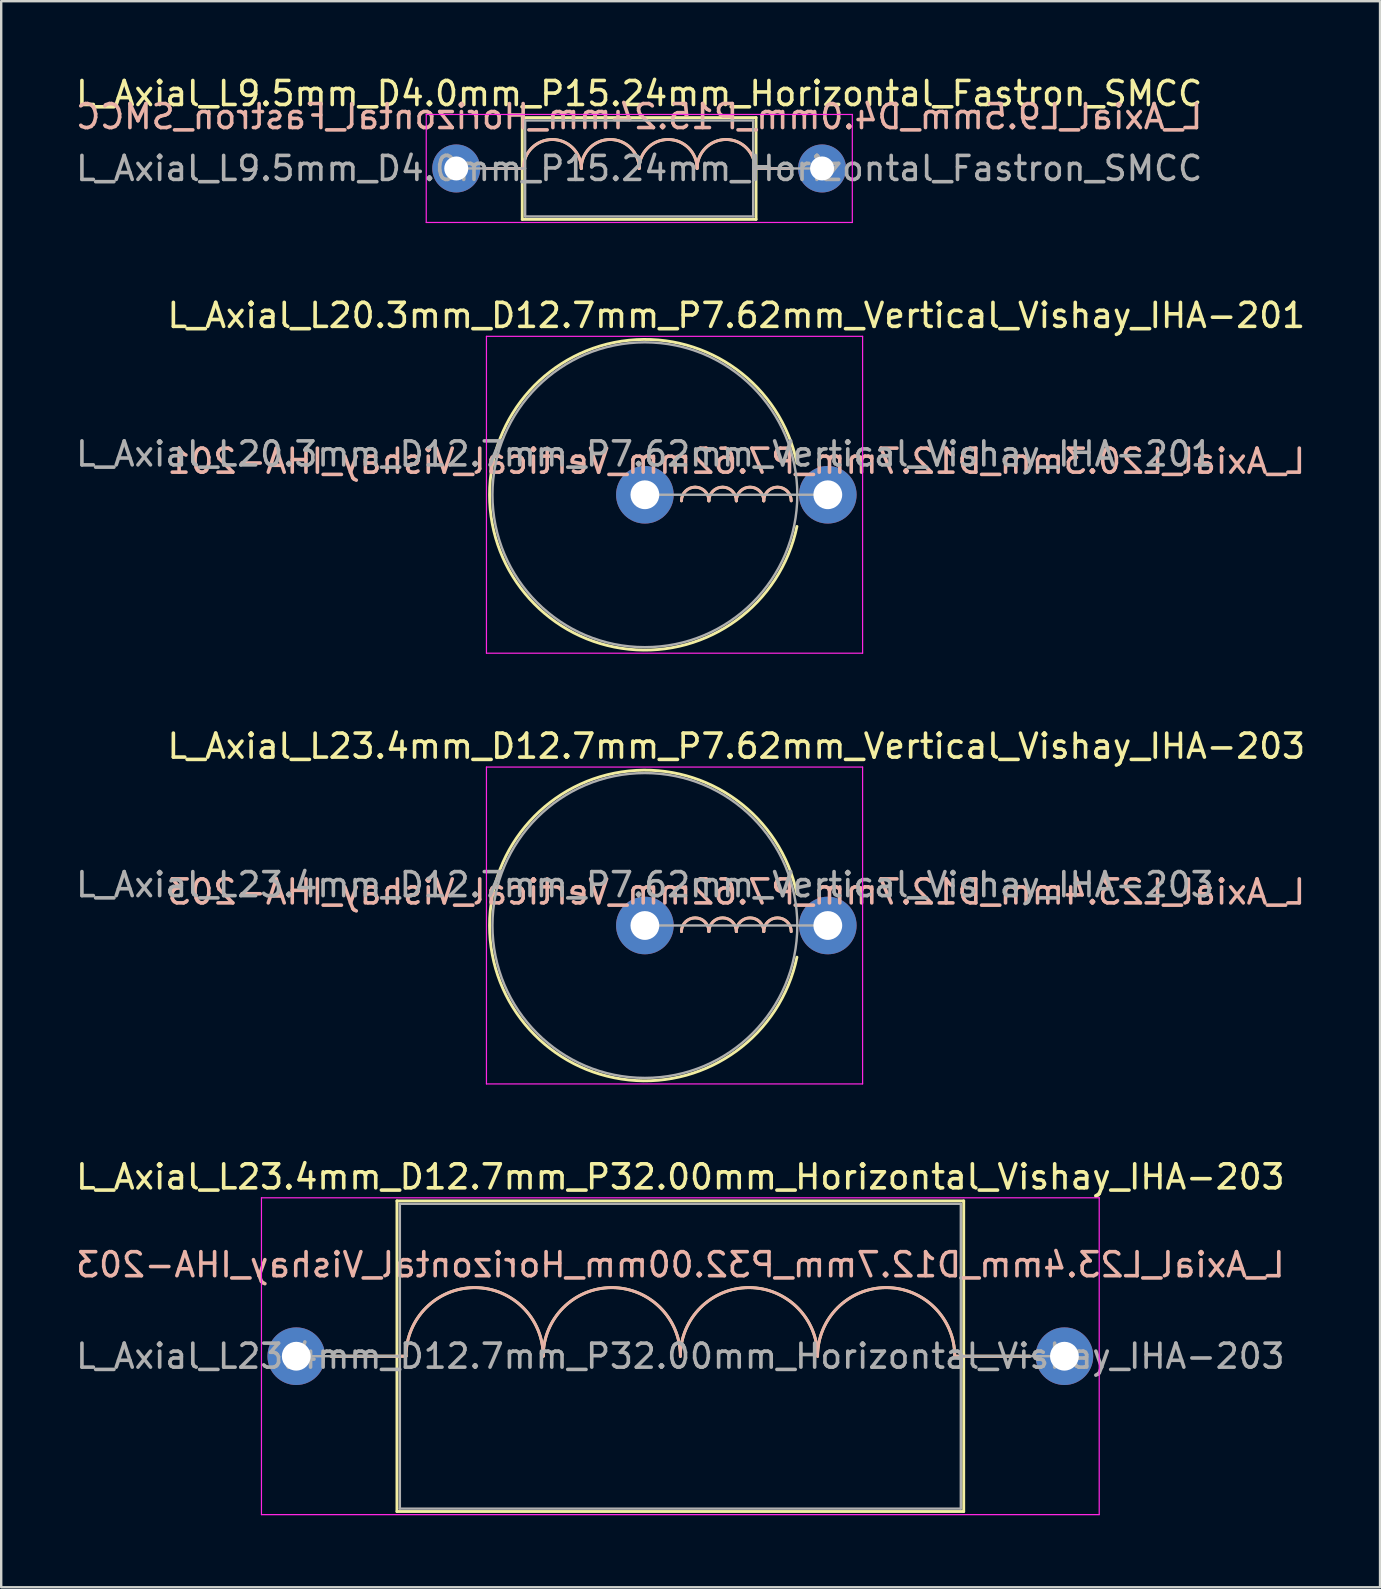
<source format=kicad_pcb>
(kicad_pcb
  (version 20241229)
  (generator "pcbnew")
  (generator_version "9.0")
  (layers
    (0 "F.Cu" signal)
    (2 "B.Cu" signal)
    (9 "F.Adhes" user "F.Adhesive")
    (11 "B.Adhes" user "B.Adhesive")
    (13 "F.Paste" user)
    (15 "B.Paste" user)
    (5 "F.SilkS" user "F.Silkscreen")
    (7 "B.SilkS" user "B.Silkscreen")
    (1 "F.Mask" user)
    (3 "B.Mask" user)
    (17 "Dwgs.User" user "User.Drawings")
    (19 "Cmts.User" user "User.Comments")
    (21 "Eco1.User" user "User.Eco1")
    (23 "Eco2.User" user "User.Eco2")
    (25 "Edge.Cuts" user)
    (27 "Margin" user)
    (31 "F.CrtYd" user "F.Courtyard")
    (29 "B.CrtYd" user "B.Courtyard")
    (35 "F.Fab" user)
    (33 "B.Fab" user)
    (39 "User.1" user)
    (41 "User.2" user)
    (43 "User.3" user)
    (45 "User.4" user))
  (footprint "L_Axial_L9.5mm_D4.0mm_P15.24mm_Horizontal_Fastron_SMCC"
    (layer "F.Cu")
    (at 15.957 3.968)
    (property "Reference" "L_Axial_L9.5mm_D4.0mm_P15.24mm_Horizontal_Fastron_SMCC" (at 7.62 -3.12 0) (layer "F.SilkS") (effects (font (size 1 1) (thickness 0.15))))
    (fp_line (start 1.24 0) (end 2.75 0) (stroke (width 0.12) (type solid)) (layer "F.SilkS"))
    (fp_line (start 2.75 -2.12) (end 2.75 2.12) (stroke (width 0.12) (type solid)) (layer "F.SilkS"))
    (fp_line (start 2.75 2.12) (end 12.49 2.12) (stroke (width 0.12) (type solid)) (layer "F.SilkS"))
    (fp_line (start 12.446 0) (end 12.49 0) (stroke (width 0.12) (type solid)) (layer "F.SilkS"))
    (fp_line (start 12.49 -2.12) (end 2.75 -2.12) (stroke (width 0.12) (type solid)) (layer "F.SilkS"))
    (fp_line (start 12.49 2.12) (end 12.49 -2.12) (stroke (width 0.12) (type solid)) (layer "F.SilkS"))
    (fp_line (start 14 0) (end 12.49 0) (stroke (width 0.12) (type solid)) (layer "F.SilkS"))
    (fp_arc (start 2.794 0) (mid 4.0005 -1.2065) (end 5.207 0) (stroke (width 0.12) (type solid)) (layer "F.SilkS"))
    (fp_arc (start 5.207 0) (mid 6.4135 -1.2065) (end 7.62 0) (stroke (width 0.12) (type solid)) (layer "F.SilkS"))
    (fp_arc (start 7.62 0) (mid 8.8265 -1.2065) (end 10.033 0) (stroke (width 0.12) (type solid)) (layer "F.SilkS"))
    (fp_arc (start 10.033 0) (mid 11.2395 -1.2065) (end 12.446 0) (stroke (width 0.12) (type solid)) (layer "F.SilkS"))
    (fp_line (start 1.24 0) (end 2.75 0) (stroke (width 0.12) (type solid)) (layer "B.SilkS"))
    (fp_line (start 2.794 0) (end 2.75 0) (stroke (width 0.12) (type solid)) (layer "B.SilkS"))
    (fp_line (start 14 0) (end 12.49 0) (stroke (width 0.12) (type solid)) (layer "B.SilkS"))
    (fp_arc (start 2.794 0) (mid 4.0005 -1.2065) (end 5.207 0) (stroke (width 0.12) (type solid)) (layer "B.SilkS"))
    (fp_arc (start 5.207 0) (mid 6.4135 -1.2065) (end 7.62 0) (stroke (width 0.12) (type solid)) (layer "B.SilkS"))
    (fp_arc (start 7.62 0) (mid 8.8265 -1.2065) (end 10.033 0) (stroke (width 0.12) (type solid)) (layer "B.SilkS"))
    (fp_arc (start 10.033 0) (mid 11.2395 -1.2065) (end 12.446 0) (stroke (width 0.12) (type solid)) (layer "B.SilkS"))
    (fp_line (start -1.25 -2.25) (end -1.25 2.25) (stroke (width 0.05) (type solid)) (layer "F.CrtYd"))
    (fp_line (start -1.25 2.25) (end 16.5 2.25) (stroke (width 0.05) (type solid)) (layer "F.CrtYd"))
    (fp_line (start 16.5 -2.25) (end -1.25 -2.25) (stroke (width 0.05) (type solid)) (layer "F.CrtYd"))
    (fp_line (start 16.5 2.25) (end 16.5 -2.25) (stroke (width 0.05) (type solid)) (layer "F.CrtYd"))
    (fp_line (start 0 0) (end 2.87 0) (stroke (width 0.1) (type solid)) (layer "F.Fab"))
    (fp_line (start 2.87 -2) (end 2.87 2) (stroke (width 0.1) (type solid)) (layer "F.Fab"))
    (fp_line (start 2.87 2) (end 12.37 2) (stroke (width 0.1) (type solid)) (layer "F.Fab"))
    (fp_line (start 12.37 -2) (end 2.87 -2) (stroke (width 0.1) (type solid)) (layer "F.Fab"))
    (fp_line (start 12.37 2) (end 12.37 -2) (stroke (width 0.1) (type solid)) (layer "F.Fab"))
    (fp_line (start 15.24 0) (end 12.37 0) (stroke (width 0.1) (type solid)) (layer "F.Fab"))
    (fp_text user "${REFERENCE}" (at 7.62 -2.159 0) (layer "B.SilkS") (effects (font (size 1 1) (thickness 0.15)) (justify mirror)))
    (fp_text user "${REFERENCE}" (at 7.62 0 0) (layer "F.Fab") (effects (font (size 1 1) (thickness 0.15))))
    (pad "1" thru_hole circle (at 0 0) (size 2 2) (drill 1) (layers "*.Cu" "*.Mask"))
    (pad "2" thru_hole oval (at 15.24 0) (size 2 2) (drill 1) (layers "*.Cu" "*.Mask")))
  (footprint "L_Axial_L23.4mm_D12.7mm_P7.62mm_Vertical_Vishay_IHA-203"
    (layer "F.Cu")
    (at 23.815 35.505)
    (property "Reference" "L_Axial_L23.4mm_D12.7mm_P7.62mm_Vertical_Vishay_IHA-203" (at 3.81 -7.47 0) (layer "F.SilkS") (effects (font (size 1 1) (thickness 0.15))))
    (fp_arc (start 1.524 0.254) (mid 2.0955 -0.3175) (end 2.667 0.254) (stroke (width 0.12) (type solid)) (layer "F.SilkS"))
    (fp_arc (start 2.667 0.254) (mid 3.2385 -0.3175) (end 3.81 0.254) (stroke (width 0.12) (type solid)) (layer "F.SilkS"))
    (fp_arc (start 3.81 0.254) (mid 4.3815 -0.3175) (end 4.953 0.254) (stroke (width 0.12) (type solid)) (layer "F.SilkS"))
    (fp_arc (start 4.953 0.254) (mid 5.5245 -0.3175) (end 6.096 0.254) (stroke (width 0.12) (type solid)) (layer "F.SilkS"))
    (fp_arc (start 6.333917 1.32) (mid -6.47 0) (end 6.333917 -1.32) (stroke (width 0.12) (type solid)) (layer "F.SilkS"))
    (fp_arc (start 1.524 0.254) (mid 2.0955 -0.3175) (end 2.667 0.254) (stroke (width 0.12) (type solid)) (layer "B.SilkS"))
    (fp_arc (start 2.667 0.254) (mid 3.2385 -0.3175) (end 3.81 0.254) (stroke (width 0.12) (type solid)) (layer "B.SilkS"))
    (fp_arc (start 3.81 0.254) (mid 4.3815 -0.3175) (end 4.953 0.254) (stroke (width 0.12) (type solid)) (layer "B.SilkS"))
    (fp_arc (start 4.953 0.254) (mid 5.5245 -0.3175) (end 6.096 0.254) (stroke (width 0.12) (type solid)) (layer "B.SilkS"))
    (fp_line (start -6.6 -6.6) (end -6.6 6.6) (stroke (width 0.05) (type solid)) (layer "F.CrtYd"))
    (fp_line (start -6.6 6.6) (end 9.07 6.6) (stroke (width 0.05) (type solid)) (layer "F.CrtYd"))
    (fp_line (start 9.07 -6.6) (end -6.6 -6.6) (stroke (width 0.05) (type solid)) (layer "F.CrtYd"))
    (fp_line (start 9.07 6.6) (end 9.07 -6.6) (stroke (width 0.05) (type solid)) (layer "F.CrtYd"))
    (fp_line (start 0 0) (end 7.62 0) (stroke (width 0.1) (type solid)) (layer "F.Fab"))
    (fp_circle (center 0 0) (end 6.35 0) (stroke (width 0.1) (type solid)) (fill no) (layer "F.Fab"))
    (fp_text user "${REFERENCE}" (at 3.81 -1.397 0) (layer "B.SilkS") (effects (font (size 1 1) (thickness 0.15)) (justify mirror)))
    (fp_text user "${REFERENCE}" (at 0 -1.7 0) (layer "F.Fab") (effects (font (size 1 1) (thickness 0.15))))
    (pad "1" thru_hole circle (at 0 0) (size 2.4 2.4) (drill 1.2) (layers "*.Cu" "*.Mask"))
    (pad "2" thru_hole oval (at 7.62 0) (size 2.4 2.4) (drill 1.2) (layers "*.Cu" "*.Mask")))
  (footprint "L_Axial_L23.4mm_D12.7mm_P32.00mm_Horizontal_Vishay_IHA-203"
    (layer "F.Cu")
    (at 9.292 53.448)
    (property "Reference" "L_Axial_L23.4mm_D12.7mm_P32.00mm_Horizontal_Vishay_IHA-203" (at 16 -7.47 0) (layer "F.SilkS") (effects (font (size 1 1) (thickness 0.15))))
    (fp_line (start 1.44 0) (end 4.195 0) (stroke (width 0.12) (type solid)) (layer "F.SilkS"))
    (fp_line (start 4.195 -6.47) (end 4.195 6.47) (stroke (width 0.12) (type solid)) (layer "F.SilkS"))
    (fp_line (start 4.195 6.47) (end 27.805 6.47) (stroke (width 0.12) (type solid)) (layer "F.SilkS"))
    (fp_line (start 4.572 0) (end 4.191 0) (stroke (width 0.12) (type solid)) (layer "F.SilkS"))
    (fp_line (start 27.432 0) (end 27.813 0) (stroke (width 0.12) (type solid)) (layer "F.SilkS"))
    (fp_line (start 27.805 -6.47) (end 4.195 -6.47) (stroke (width 0.12) (type solid)) (layer "F.SilkS"))
    (fp_line (start 27.805 6.47) (end 27.805 -6.47) (stroke (width 0.12) (type solid)) (layer "F.SilkS"))
    (fp_line (start 30.56 0) (end 27.805 0) (stroke (width 0.12) (type solid)) (layer "F.SilkS"))
    (fp_arc (start 4.572 0) (mid 7.4295 -2.8575) (end 10.287 0) (stroke (width 0.12) (type solid)) (layer "F.SilkS"))
    (fp_arc (start 10.287 0) (mid 13.1445 -2.8575) (end 16.002 0) (stroke (width 0.12) (type solid)) (layer "F.SilkS"))
    (fp_arc (start 16.002 0) (mid 18.8595 -2.8575) (end 21.717 0) (stroke (width 0.12) (type solid)) (layer "F.SilkS"))
    (fp_arc (start 21.717 0) (mid 24.5745 -2.8575) (end 27.432 0) (stroke (width 0.12) (type solid)) (layer "F.SilkS"))
    (fp_line (start 1.444 0) (end 4.199 0) (stroke (width 0.12) (type solid)) (layer "B.SilkS"))
    (fp_line (start 4.572 0) (end 4.191 0) (stroke (width 0.12) (type solid)) (layer "B.SilkS"))
    (fp_line (start 27.432 0) (end 27.813 0) (stroke (width 0.12) (type solid)) (layer "B.SilkS"))
    (fp_line (start 30.564 0) (end 27.809 0) (stroke (width 0.12) (type solid)) (layer "B.SilkS"))
    (fp_arc (start 4.572 0) (mid 7.4295 -2.8575) (end 10.287 0) (stroke (width 0.12) (type solid)) (layer "B.SilkS"))
    (fp_arc (start 10.287 0) (mid 13.1445 -2.8575) (end 16.002 0) (stroke (width 0.12) (type solid)) (layer "B.SilkS"))
    (fp_arc (start 16.002 0) (mid 18.8595 -2.8575) (end 21.717 0) (stroke (width 0.12) (type solid)) (layer "B.SilkS"))
    (fp_arc (start 21.717 0) (mid 24.5745 -2.8575) (end 27.432 0) (stroke (width 0.12) (type solid)) (layer "B.SilkS"))
    (fp_line (start -1.45 -6.6) (end -1.45 6.6) (stroke (width 0.05) (type solid)) (layer "F.CrtYd"))
    (fp_line (start -1.45 6.6) (end 33.45 6.6) (stroke (width 0.05) (type solid)) (layer "F.CrtYd"))
    (fp_line (start 33.45 -6.6) (end -1.45 -6.6) (stroke (width 0.05) (type solid)) (layer "F.CrtYd"))
    (fp_line (start 33.45 6.6) (end 33.45 -6.6) (stroke (width 0.05) (type solid)) (layer "F.CrtYd"))
    (fp_line (start 0 0) (end 4.315 0) (stroke (width 0.1) (type solid)) (layer "F.Fab"))
    (fp_line (start 4.315 -6.35) (end 4.315 6.35) (stroke (width 0.1) (type solid)) (layer "F.Fab"))
    (fp_line (start 4.315 6.35) (end 27.685 6.35) (stroke (width 0.1) (type solid)) (layer "F.Fab"))
    (fp_line (start 27.685 -6.35) (end 4.315 -6.35) (stroke (width 0.1) (type solid)) (layer "F.Fab"))
    (fp_line (start 27.685 6.35) (end 27.685 -6.35) (stroke (width 0.1) (type solid)) (layer "F.Fab"))
    (fp_line (start 32 0) (end 27.685 0) (stroke (width 0.1) (type solid)) (layer "F.Fab"))
    (fp_text user "${REFERENCE}" (at 16.002 -3.81 0) (layer "B.SilkS") (effects (font (size 1 1) (thickness 0.15)) (justify mirror)))
    (fp_text user "${REFERENCE}" (at 16 0 0) (layer "F.Fab") (effects (font (size 1 1) (thickness 0.15))))
    (pad "1" thru_hole circle (at 0 0) (size 2.4 2.4) (drill 1.2) (layers "*.Cu" "*.Mask"))
    (pad "2" thru_hole oval (at 32 0) (size 2.4 2.4) (drill 1.2) (layers "*.Cu" "*.Mask")))
  (footprint "L_Axial_L20.3mm_D12.7mm_P7.62mm_Vertical_Vishay_IHA-201"
    (layer "F.Cu")
    (at 23.815 17.561)
    (property "Reference" "L_Axial_L20.3mm_D12.7mm_P7.62mm_Vertical_Vishay_IHA-201" (at 3.81 -7.47 0) (layer "F.SilkS") (effects (font (size 1 1) (thickness 0.15))))
    (fp_arc (start 1.524 0.254) (mid 2.0955 -0.3175) (end 2.667 0.254) (stroke (width 0.12) (type solid)) (layer "F.SilkS"))
    (fp_arc (start 2.667 0.254) (mid 3.2385 -0.3175) (end 3.81 0.254) (stroke (width 0.12) (type solid)) (layer "F.SilkS"))
    (fp_arc (start 3.81 0.254) (mid 4.3815 -0.3175) (end 4.953 0.254) (stroke (width 0.12) (type solid)) (layer "F.SilkS"))
    (fp_arc (start 4.953 0.254) (mid 5.5245 -0.3175) (end 6.096 0.254) (stroke (width 0.12) (type solid)) (layer "F.SilkS"))
    (fp_arc (start 6.333917 1.32) (mid -6.47 0) (end 6.333917 -1.32) (stroke (width 0.12) (type solid)) (layer "F.SilkS"))
    (fp_arc (start 1.524 0.254) (mid 2.0955 -0.3175) (end 2.667 0.254) (stroke (width 0.12) (type solid)) (layer "B.SilkS"))
    (fp_arc (start 2.667 0.254) (mid 3.2385 -0.3175) (end 3.81 0.254) (stroke (width 0.12) (type solid)) (layer "B.SilkS"))
    (fp_arc (start 3.81 0.254) (mid 4.3815 -0.3175) (end 4.953 0.254) (stroke (width 0.12) (type solid)) (layer "B.SilkS"))
    (fp_arc (start 4.953 0.254) (mid 5.5245 -0.3175) (end 6.096 0.254) (stroke (width 0.12) (type solid)) (layer "B.SilkS"))
    (fp_line (start -6.6 -6.6) (end -6.6 6.6) (stroke (width 0.05) (type solid)) (layer "F.CrtYd"))
    (fp_line (start -6.6 6.6) (end 9.07 6.6) (stroke (width 0.05) (type solid)) (layer "F.CrtYd"))
    (fp_line (start 9.07 -6.6) (end -6.6 -6.6) (stroke (width 0.05) (type solid)) (layer "F.CrtYd"))
    (fp_line (start 9.07 6.6) (end 9.07 -6.6) (stroke (width 0.05) (type solid)) (layer "F.CrtYd"))
    (fp_line (start 0 0) (end 7.62 0) (stroke (width 0.1) (type solid)) (layer "F.Fab"))
    (fp_circle (center 0 0) (end 6.35 0) (stroke (width 0.1) (type solid)) (fill no) (layer "F.Fab"))
    (fp_text user "${REFERENCE}" (at 3.81 -1.397 0) (layer "B.SilkS") (effects (font (size 1 1) (thickness 0.15)) (justify mirror)))
    (fp_text user "${REFERENCE}" (at 0 -1.7 0) (layer "F.Fab") (effects (font (size 1 1) (thickness 0.15))))
    (pad "1" thru_hole circle (at 0 0) (size 2.4 2.4) (drill 1.2) (layers "*.Cu" "*.Mask"))
    (pad "2" thru_hole oval (at 7.62 0) (size 2.4 2.4) (drill 1.2) (layers "*.Cu" "*.Mask")))
  (gr_rect
    (start -3 -3)
    (end 54.441 63.073)
    (stroke (width 0.1) (type default))
    (fill no)
    (layer "Edge.Cuts")))
</source>
